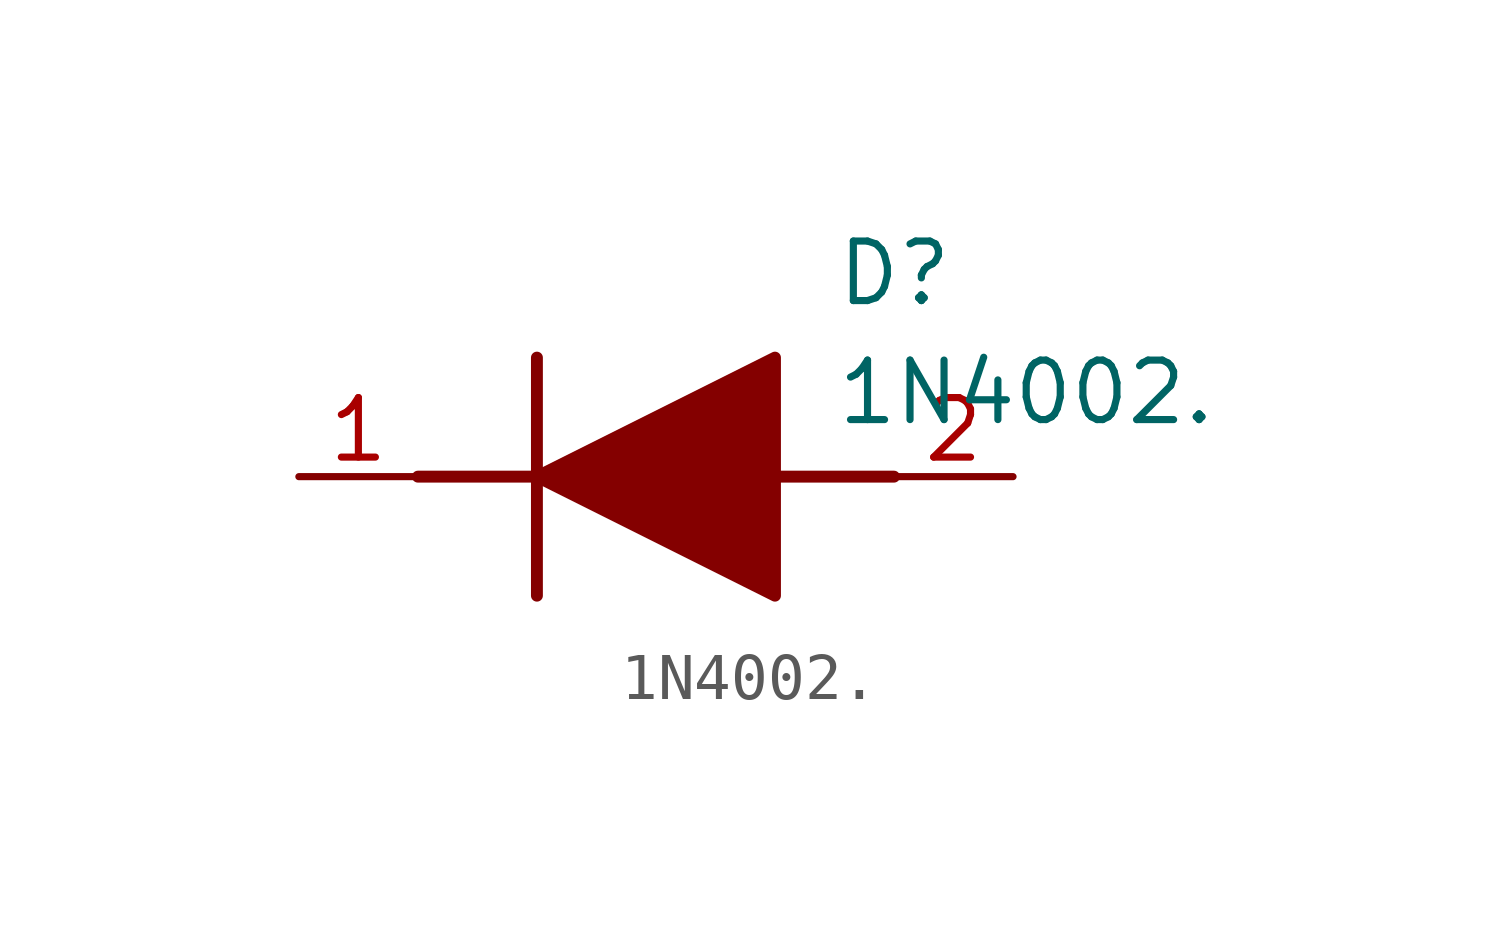
<source format=kicad_sym>
(kicad_symbol_lib
  (version 20211014)
  (generator SamacSys_ECAD_Model)
  (symbol "1N4002."
    (pin_names hide)
    (property "Reference" "D"
      (at 11.43 5.08 0)
      (effects (font (size 1.27 1.27)) (justify left top)))
    (property "Value" "1N4002."
      (at 11.43 2.54 0)
      (effects (font (size 1.27 1.27)) (justify left top)))
    (polyline
      (pts (xy 5.08 2.54) (xy 5.08 -2.54))
      (stroke (width 0.254) (type default))
      (fill (type none)))
    (polyline
      (pts (xy 2.54 0) (xy 5.08 0))
      (stroke (width 0.254) (type default))
      (fill (type none)))
    (polyline
      (pts (xy 10.16 0) (xy 12.7 0))
      (stroke (width 0.254) (type default))
      (fill (type none)))
    (polyline
      (pts (xy 5.08 0) (xy 10.16 2.54) (xy 10.16 -2.54) (xy 5.08 0))
      (stroke (width 0.254) (type default))
      (fill (type outline)))
    (pin passive line
      (at 0 0 0)
      (length 2.54)
      (name "K" (effects (font (size 1.27 1.27))))
      (number "1" (effects (font (size 1.27 1.27)))))
    (pin passive line
      (at 15.24 0 180)
      (length 2.54)
      (name "A" (effects (font (size 1.27 1.27))))
      (number "2" (effects (font (size 1.27 1.27)))))))
</source>
